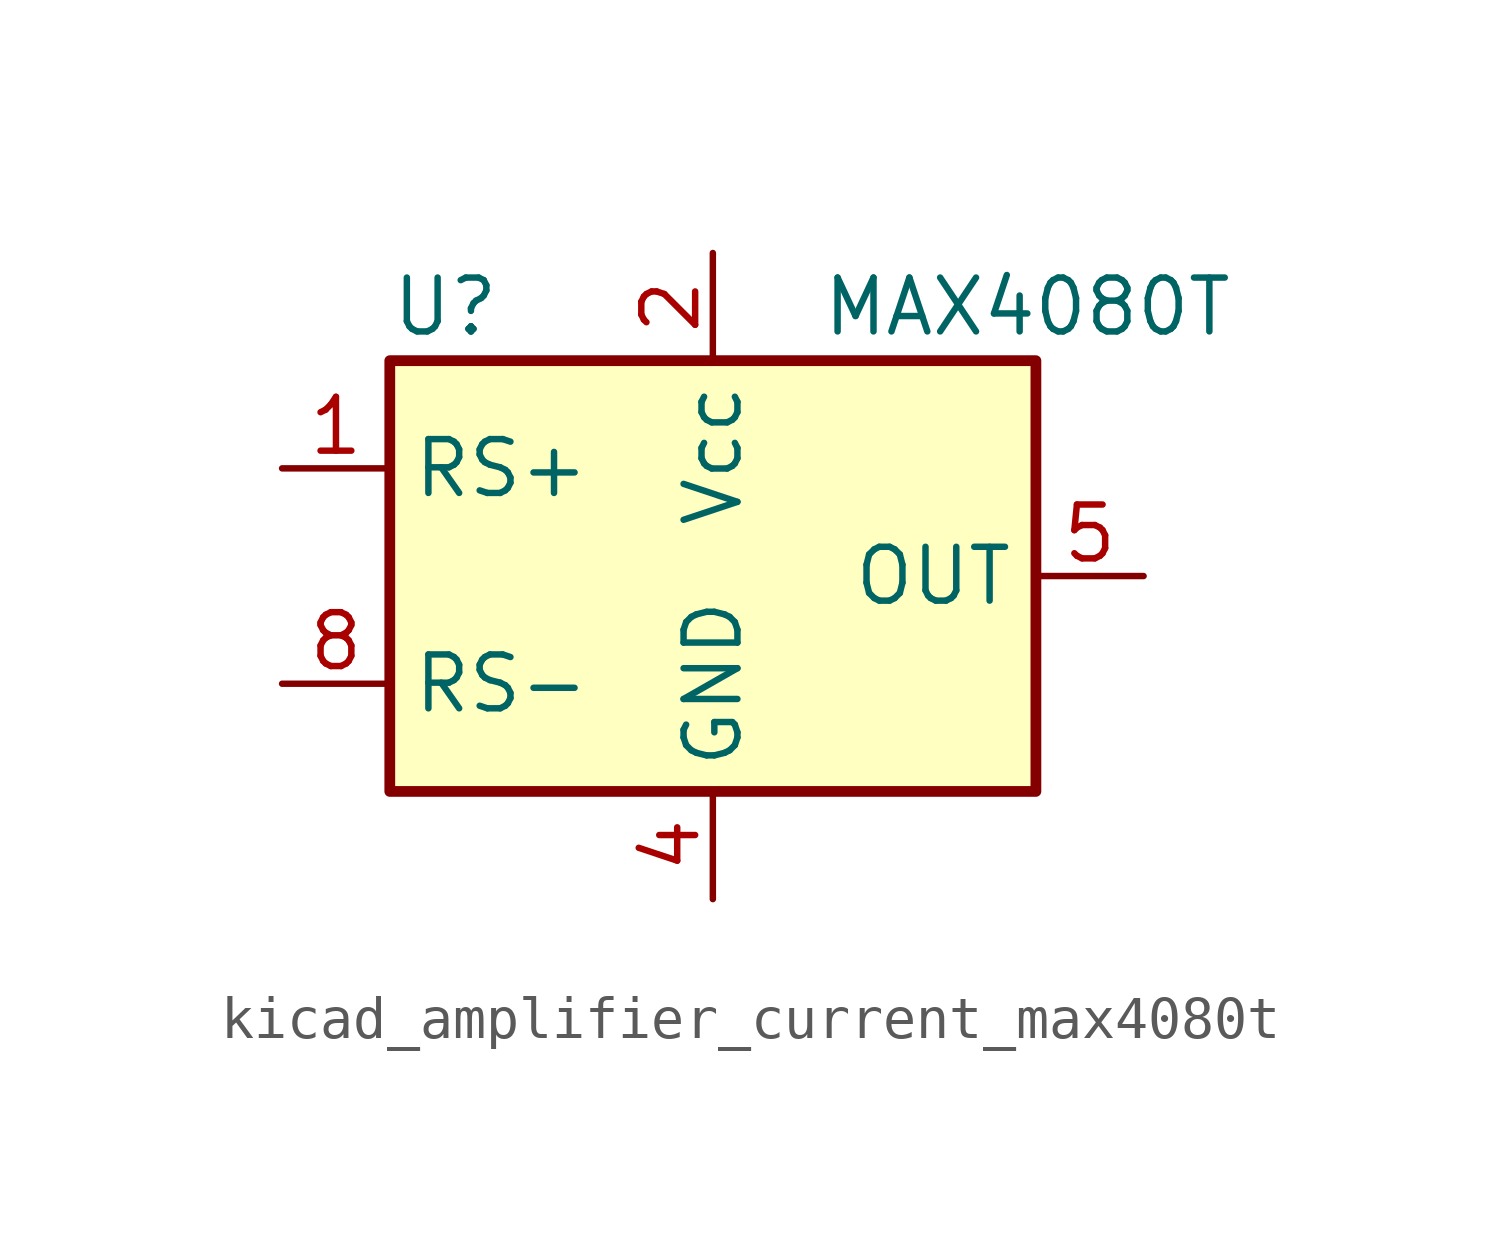
<source format=kicad_sym>
(kicad_symbol_lib
  (version 20220914)
  (generator kicad_symbol_editor)
  (symbol "kicad_amplifier_current_max4080t"
    (property "Reference" "U"
      (at -7.62 6.35 0)
      (effects (font (size 1.27 1.27)) (justify left)))
    (property "Value" "MAX4080T"
      (at 2.54 6.35 0)
      (effects (font (size 1.27 1.27)) (justify left)))
    (symbol "kicad_amplifier_current_max4080t_0_1"
      (rectangle (start -7.62 5.08) (end 7.62 -5.08) (stroke (width 0.254) (type default)) (fill (type background))))
    (symbol "kicad_amplifier_current_max4080t_1_1"
      (pin input line (at -10.16 2.54 0) (length 2.54) (name "RS+" (effects (font (size 1.27 1.27)))) (number "1" (effects (font (size 1.27 1.27)))))
      (pin power_in line (at 0 7.62 270) (length 2.54) (name "Vcc" (effects (font (size 1.27 1.27)))) (number "2" (effects (font (size 1.27 1.27)))))
      (pin no_connect line (at 2.54 -5.08 90) (length 2.54) hide (name "NC" (effects (font (size 1.27 1.27)))) (number "3" (effects (font (size 1.27 1.27)))))
      (pin power_in line (at 0 -7.62 90) (length 2.54) (name "GND" (effects (font (size 1.27 1.27)))) (number "4" (effects (font (size 1.27 1.27)))))
      (pin output line (at 10.16 0 180) (length 2.54) (name "OUT" (effects (font (size 1.27 1.27)))) (number "5" (effects (font (size 1.27 1.27)))))
      (pin no_connect line (at 5.08 -5.08 90) (length 2.54) hide (name "NC" (effects (font (size 1.27 1.27)))) (number "6" (effects (font (size 1.27 1.27)))))
      (pin no_connect line (at 7.62 -5.08 90) (length 2.54) hide (name "NC" (effects (font (size 1.27 1.27)))) (number "7" (effects (font (size 1.27 1.27)))))
      (pin input line (at -10.16 -2.54 0) (length 2.54) (name "RS-" (effects (font (size 1.27 1.27)))) (number "8" (effects (font (size 1.27 1.27))))))))
</source>
